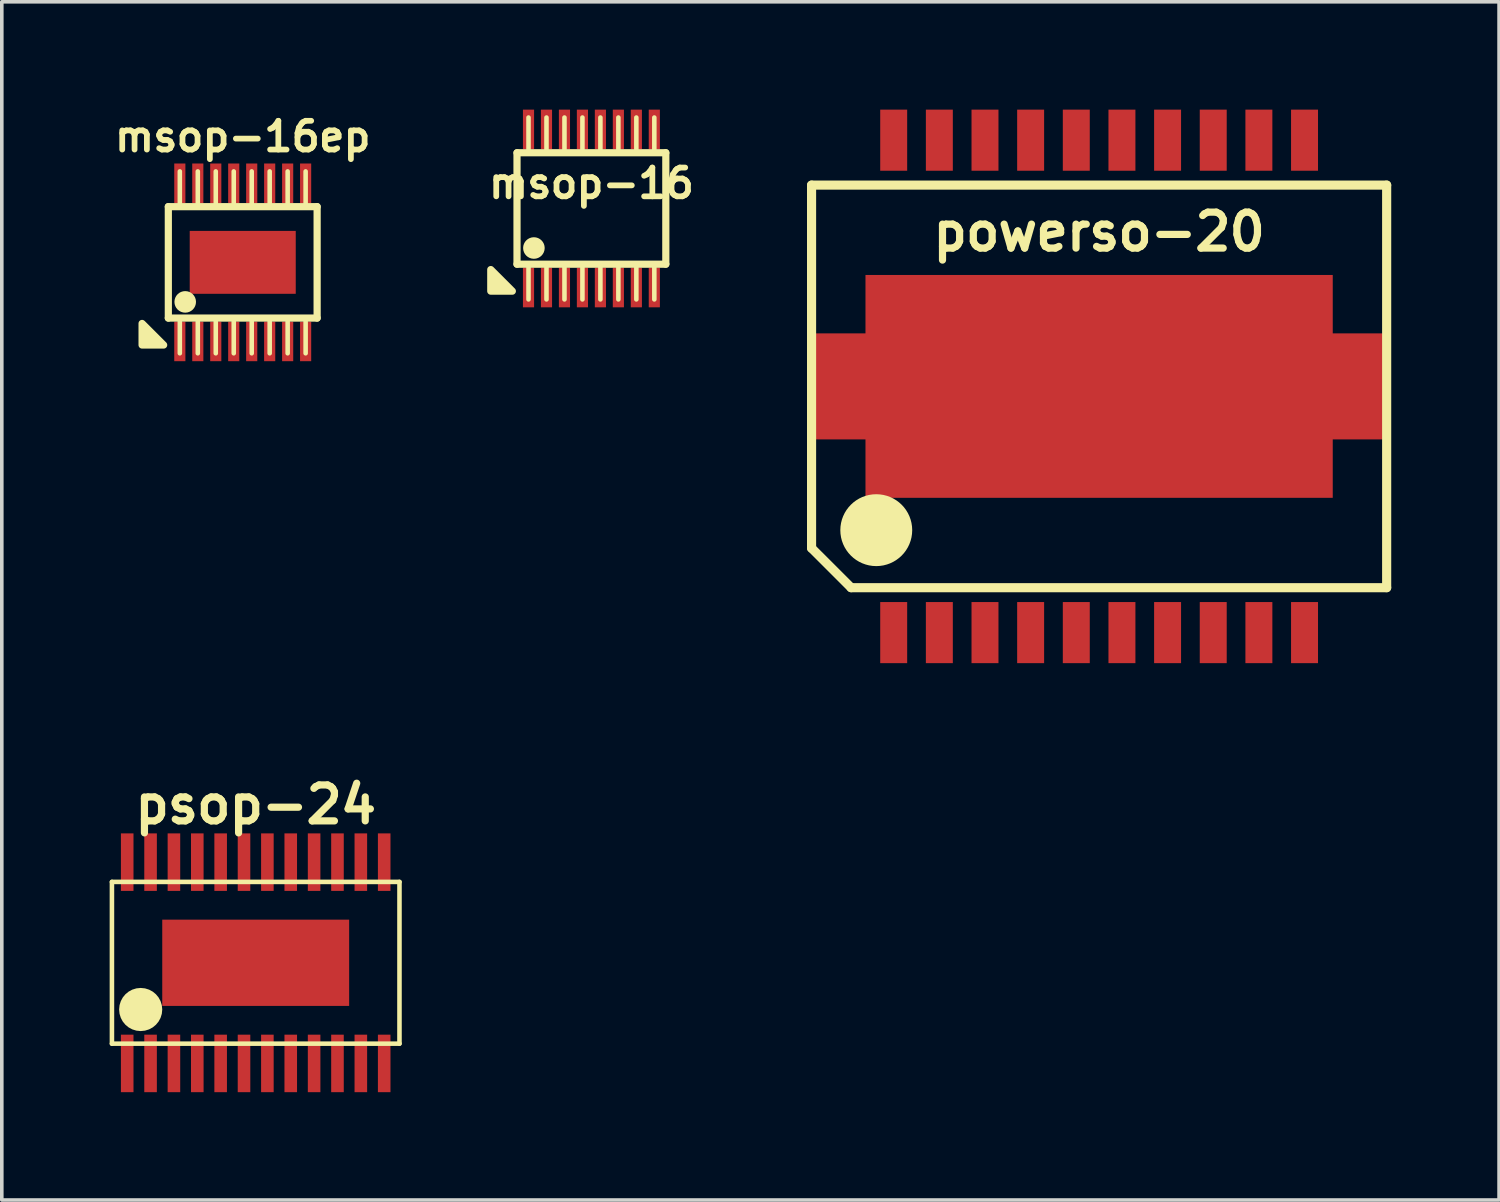
<source format=kicad_pcb>
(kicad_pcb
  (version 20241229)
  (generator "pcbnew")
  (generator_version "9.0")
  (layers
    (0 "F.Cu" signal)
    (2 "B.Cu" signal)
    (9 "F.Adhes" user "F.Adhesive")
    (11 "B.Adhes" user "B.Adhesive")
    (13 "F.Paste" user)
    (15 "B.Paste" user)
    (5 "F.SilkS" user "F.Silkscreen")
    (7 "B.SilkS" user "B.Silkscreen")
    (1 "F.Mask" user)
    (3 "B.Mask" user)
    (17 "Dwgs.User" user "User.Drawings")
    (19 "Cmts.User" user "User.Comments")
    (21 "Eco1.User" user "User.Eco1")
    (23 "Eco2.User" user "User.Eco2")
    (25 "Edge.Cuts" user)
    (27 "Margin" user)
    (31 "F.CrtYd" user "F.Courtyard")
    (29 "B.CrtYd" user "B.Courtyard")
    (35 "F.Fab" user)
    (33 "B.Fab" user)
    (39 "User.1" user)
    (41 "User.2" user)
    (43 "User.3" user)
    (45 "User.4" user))
  (footprint "powerso-20"
    (layer "F.Cu")
    (at 27.529 7.7)
    (property "Reference" "powerso-20" (at 0 -4.3 0) (layer "F.SilkS") (effects (font (size 1 1) (thickness 0.2))))
    (attr smd)
    (fp_line (start -8 -5.6) (end 8 -5.6) (stroke (width 0.254) (type solid)) (layer "F.SilkS"))
    (fp_line (start -8 4.5) (end -8 -5.6) (stroke (width 0.254) (type solid)) (layer "F.SilkS"))
    (fp_line (start -6.9 5.6) (end -8 4.5) (stroke (width 0.254) (type solid)) (layer "F.SilkS"))
    (fp_line (start -6.9 5.6) (end 8 5.6) (stroke (width 0.254) (type solid)) (layer "F.SilkS"))
    (fp_line (start 8 -5.6) (end 8 5.6) (stroke (width 0.254) (type solid)) (layer "F.SilkS"))
    (fp_circle (center -6.2 4) (end -5.7 4) (stroke (width 1) (type solid)) (fill no) (layer "F.SilkS"))
    (pad "" smd rect (at -7.2 0) (size 1.3 2.7) (layers "F.Paste"))
    (pad "" smd rect (at -5.2 -1.5) (size 2.3 2.8) (layers "F.Paste"))
    (pad "" smd rect (at -5.2 1.5) (size 2.3 2.8) (layers "F.Paste"))
    (pad "" smd rect (at -2.6 -1.5) (size 2.3 2.8) (layers "F.Paste"))
    (pad "" smd rect (at -2.6 1.5) (size 2.3 2.8) (layers "F.Paste"))
    (pad "" smd rect (at 0 -1.5) (size 2.3 2.8) (layers "F.Paste"))
    (pad "" smd rect (at 0 1.5) (size 2.3 2.8) (layers "F.Paste"))
    (pad "" smd rect (at 2.6 -1.5) (size 2.3 2.8) (layers "F.Paste"))
    (pad "" smd rect (at 2.6 1.5) (size 2.3 2.8) (layers "F.Paste"))
    (pad "" smd rect (at 5.2 -1.5) (size 2.3 2.8) (layers "F.Paste"))
    (pad "" smd rect (at 5.2 1.5) (size 2.3 2.8) (layers "F.Paste"))
    (pad "" smd rect (at 7.2 0) (size 1.3 2.7) (layers "F.Paste"))
    (pad "1" smd rect (at -5.715 6.85) (size 0.75 1.7) (layers "F.Cu" "F.Mask" "F.Paste"))
    (pad "2" smd rect (at -4.445 6.85) (size 0.75 1.7) (layers "F.Cu" "F.Mask" "F.Paste"))
    (pad "3" smd rect (at -3.175 6.85) (size 0.75 1.7) (layers "F.Cu" "F.Mask" "F.Paste"))
    (pad "4" smd rect (at -1.905 6.85) (size 0.75 1.7) (layers "F.Cu" "F.Mask" "F.Paste"))
    (pad "5" smd rect (at -0.635 6.85) (size 0.75 1.7) (layers "F.Cu" "F.Mask" "F.Paste"))
    (pad "6" smd rect (at 0.635 6.85) (size 0.75 1.7) (layers "F.Cu" "F.Mask" "F.Paste"))
    (pad "7" smd rect (at 1.905 6.85) (size 0.75 1.7) (layers "F.Cu" "F.Mask" "F.Paste"))
    (pad "8" smd rect (at 3.175 6.85) (size 0.75 1.7) (layers "F.Cu" "F.Mask" "F.Paste"))
    (pad "9" smd rect (at 4.445 6.85) (size 0.75 1.7) (layers "F.Cu" "F.Mask" "F.Paste"))
    (pad "10" smd rect (at 5.715 6.85) (size 0.75 1.7) (layers "F.Cu" "F.Mask" "F.Paste"))
    (pad "11" smd rect (at 5.715 -6.85) (size 0.75 1.7) (layers "F.Cu" "F.Mask" "F.Paste"))
    (pad "12" smd rect (at 4.445 -6.85) (size 0.75 1.7) (layers "F.Cu" "F.Mask" "F.Paste"))
    (pad "13" smd rect (at 3.175 -6.85) (size 0.75 1.7) (layers "F.Cu" "F.Mask" "F.Paste"))
    (pad "14" smd rect (at 1.905 -6.85) (size 0.75 1.7) (layers "F.Cu" "F.Mask" "F.Paste"))
    (pad "15" smd rect (at 0.635 -6.85) (size 0.75 1.7) (layers "F.Cu" "F.Mask" "F.Paste"))
    (pad "16" smd rect (at -0.635 -6.85) (size 0.75 1.7) (layers "F.Cu" "F.Mask" "F.Paste"))
    (pad "17" smd rect (at -1.905 -6.85) (size 0.75 1.7) (layers "F.Cu" "F.Mask" "F.Paste"))
    (pad "18" smd rect (at -3.175 -6.85) (size 0.75 1.7) (layers "F.Cu" "F.Mask" "F.Paste"))
    (pad "19" smd rect (at -4.445 -6.85) (size 0.75 1.7) (layers "F.Cu" "F.Mask" "F.Paste"))
    (pad "20" smd rect (at -5.715 -6.85) (size 0.75 1.7) (layers "F.Cu" "F.Mask" "F.Paste"))
    (pad "21" smd rect (at 0 0) (size 13 6.2) (layers "F.Cu" "F.Mask"))
    (pad "21" smd rect (at 0 0) (size 16 2.95) (layers "F.Cu" "F.Mask")))
  (footprint "msop-16ep"
    (layer "F.Cu")
    (at 3.703 4.249)
    (property "Reference" "msop-16ep" (at 0 -3.5 0) (layer "F.SilkS") (effects (font (size 0.8 0.8) (thickness 0.16))))
    (attr smd)
    (fp_line (start -2.07 -1.55) (end -2.07 1.55) (stroke (width 0.2) (type solid)) (layer "F.SilkS"))
    (fp_line (start -2.07 -1.55) (end 2.07 -1.55) (stroke (width 0.2) (type solid)) (layer "F.SilkS"))
    (fp_line (start -2.07 1.55) (end 2.07 1.55) (stroke (width 0.2) (type solid)) (layer "F.SilkS"))
    (fp_line (start -1.75 -2.53) (end -1.75 -1.55) (stroke (width 0.127) (type solid)) (layer "F.SilkS"))
    (fp_line (start -1.75 2.53) (end -1.75 1.55) (stroke (width 0.127) (type solid)) (layer "F.SilkS"))
    (fp_line (start -1.25 -2.53) (end -1.25 -1.55) (stroke (width 0.127) (type solid)) (layer "F.SilkS"))
    (fp_line (start -1.25 2.53) (end -1.25 1.55) (stroke (width 0.127) (type solid)) (layer "F.SilkS"))
    (fp_line (start -0.75 -2.53) (end -0.75 -1.55) (stroke (width 0.127) (type solid)) (layer "F.SilkS"))
    (fp_line (start -0.75 2.53) (end -0.75 1.55) (stroke (width 0.127) (type solid)) (layer "F.SilkS"))
    (fp_line (start -0.25 -2.53) (end -0.25 -1.55) (stroke (width 0.127) (type solid)) (layer "F.SilkS"))
    (fp_line (start -0.25 2.53) (end -0.25 1.55) (stroke (width 0.127) (type solid)) (layer "F.SilkS"))
    (fp_line (start 0.25 -2.53) (end 0.25 -1.55) (stroke (width 0.127) (type solid)) (layer "F.SilkS"))
    (fp_line (start 0.25 2.53) (end 0.25 1.55) (stroke (width 0.127) (type solid)) (layer "F.SilkS"))
    (fp_line (start 0.75 -2.53) (end 0.75 -1.55) (stroke (width 0.127) (type solid)) (layer "F.SilkS"))
    (fp_line (start 0.75 2.53) (end 0.75 1.55) (stroke (width 0.127) (type solid)) (layer "F.SilkS"))
    (fp_line (start 1.25 -2.53) (end 1.25 -1.55) (stroke (width 0.127) (type solid)) (layer "F.SilkS"))
    (fp_line (start 1.25 2.53) (end 1.25 1.55) (stroke (width 0.127) (type solid)) (layer "F.SilkS"))
    (fp_line (start 1.75 -2.53) (end 1.75 -1.55) (stroke (width 0.127) (type solid)) (layer "F.SilkS"))
    (fp_line (start 1.75 2.53) (end 1.75 1.55) (stroke (width 0.127) (type solid)) (layer "F.SilkS"))
    (fp_line (start 2.07 1.55) (end 2.07 -1.55) (stroke (width 0.2) (type solid)) (layer "F.SilkS"))
    (fp_circle (center -1.6 1.1) (end -1.45 1.1) (stroke (width 0.3) (type solid)) (fill no) (layer "F.SilkS"))
    (fp_poly (pts (xy -2.2 2.3) (xy -2.8 2.3) (xy -2.8 1.7)) (stroke (width 0.2) (type solid)) (fill yes) (layer "F.SilkS"))
    (pad "" smd rect (at -0.7 -0.4) (size 1.3 0.7) (layers "F.Paste"))
    (pad "" smd rect (at -0.7 0.4) (size 1.3 0.7) (layers "F.Paste"))
    (pad "" smd rect (at 0.7 -0.4) (size 1.3 0.7) (layers "F.Paste"))
    (pad "" smd rect (at 0.7 0.4) (size 1.3 0.7) (layers "F.Paste"))
    (pad "1" smd rect (at -1.75 2.2) (size 0.31 1.1) (layers "F.Cu" "F.Mask" "F.Paste"))
    (pad "2" smd rect (at -1.25 2.2) (size 0.31 1.1) (layers "F.Cu" "F.Mask" "F.Paste"))
    (pad "3" smd rect (at -0.75 2.2) (size 0.31 1.1) (layers "F.Cu" "F.Mask" "F.Paste"))
    (pad "4" smd rect (at -0.25 2.2) (size 0.31 1.1) (layers "F.Cu" "F.Mask" "F.Paste"))
    (pad "5" smd rect (at 0.25 2.2) (size 0.31 1.1) (layers "F.Cu" "F.Mask" "F.Paste"))
    (pad "6" smd rect (at 0.75 2.2) (size 0.31 1.1) (layers "F.Cu" "F.Mask" "F.Paste"))
    (pad "7" smd rect (at 1.25 2.2) (size 0.31 1.1) (layers "F.Cu" "F.Mask" "F.Paste"))
    (pad "8" smd rect (at 1.75 2.2) (size 0.31 1.1) (layers "F.Cu" "F.Mask" "F.Paste"))
    (pad "9" smd rect (at 1.75 -2.2) (size 0.31 1.1) (layers "F.Cu" "F.Mask" "F.Paste"))
    (pad "10" smd rect (at 1.25 -2.2) (size 0.31 1.1) (layers "F.Cu" "F.Mask" "F.Paste"))
    (pad "11" smd rect (at 0.75 -2.2) (size 0.31 1.1) (layers "F.Cu" "F.Mask" "F.Paste"))
    (pad "12" smd rect (at 0.25 -2.2) (size 0.31 1.1) (layers "F.Cu" "F.Mask" "F.Paste"))
    (pad "13" smd rect (at -0.25 -2.2) (size 0.31 1.1) (layers "F.Cu" "F.Mask" "F.Paste"))
    (pad "14" smd rect (at -0.75 -2.2) (size 0.31 1.1) (layers "F.Cu" "F.Mask" "F.Paste"))
    (pad "15" smd rect (at -1.25 -2.2) (size 0.31 1.1) (layers "F.Cu" "F.Mask" "F.Paste"))
    (pad "16" smd rect (at -1.75 -2.2) (size 0.31 1.1) (layers "F.Cu" "F.Mask" "F.Paste"))
    (pad "17" smd rect (at 0 0) (size 2.95 1.75) (layers "F.Cu" "F.Mask")))
  (footprint "msop-16"
    (layer "F.Cu")
    (at 13.404 2.75)
    (property "Reference" "msop-16" (at 0 -0.7 0) (layer "F.SilkS") (effects (font (size 0.8 0.8) (thickness 0.16))))
    (attr smd)
    (fp_line (start -2.07 -1.55) (end -2.07 1.55) (stroke (width 0.2) (type solid)) (layer "F.SilkS"))
    (fp_line (start -2.07 -1.55) (end 2.07 -1.55) (stroke (width 0.2) (type solid)) (layer "F.SilkS"))
    (fp_line (start -2.07 1.55) (end 2.07 1.55) (stroke (width 0.2) (type solid)) (layer "F.SilkS"))
    (fp_line (start -1.75 -2.53) (end -1.75 -1.55) (stroke (width 0.127) (type solid)) (layer "F.SilkS"))
    (fp_line (start -1.75 2.53) (end -1.75 1.55) (stroke (width 0.127) (type solid)) (layer "F.SilkS"))
    (fp_line (start -1.25 -2.53) (end -1.25 -1.55) (stroke (width 0.127) (type solid)) (layer "F.SilkS"))
    (fp_line (start -1.25 2.53) (end -1.25 1.55) (stroke (width 0.127) (type solid)) (layer "F.SilkS"))
    (fp_line (start -0.75 -2.53) (end -0.75 -1.55) (stroke (width 0.127) (type solid)) (layer "F.SilkS"))
    (fp_line (start -0.75 2.53) (end -0.75 1.55) (stroke (width 0.127) (type solid)) (layer "F.SilkS"))
    (fp_line (start -0.25 -2.53) (end -0.25 -1.55) (stroke (width 0.127) (type solid)) (layer "F.SilkS"))
    (fp_line (start -0.25 2.53) (end -0.25 1.55) (stroke (width 0.127) (type solid)) (layer "F.SilkS"))
    (fp_line (start 0.25 -2.53) (end 0.25 -1.55) (stroke (width 0.127) (type solid)) (layer "F.SilkS"))
    (fp_line (start 0.25 2.53) (end 0.25 1.55) (stroke (width 0.127) (type solid)) (layer "F.SilkS"))
    (fp_line (start 0.75 -2.53) (end 0.75 -1.55) (stroke (width 0.127) (type solid)) (layer "F.SilkS"))
    (fp_line (start 0.75 2.53) (end 0.75 1.55) (stroke (width 0.127) (type solid)) (layer "F.SilkS"))
    (fp_line (start 1.25 -2.53) (end 1.25 -1.55) (stroke (width 0.127) (type solid)) (layer "F.SilkS"))
    (fp_line (start 1.25 2.53) (end 1.25 1.55) (stroke (width 0.127) (type solid)) (layer "F.SilkS"))
    (fp_line (start 1.75 -2.53) (end 1.75 -1.55) (stroke (width 0.127) (type solid)) (layer "F.SilkS"))
    (fp_line (start 1.75 2.53) (end 1.75 1.55) (stroke (width 0.127) (type solid)) (layer "F.SilkS"))
    (fp_line (start 2.07 1.55) (end 2.07 -1.55) (stroke (width 0.2) (type solid)) (layer "F.SilkS"))
    (fp_circle (center -1.6 1.1) (end -1.45 1.1) (stroke (width 0.3) (type solid)) (fill no) (layer "F.SilkS"))
    (fp_poly (pts (xy -2.2 2.3) (xy -2.8 2.3) (xy -2.8 1.7)) (stroke (width 0.2) (type solid)) (fill yes) (layer "F.SilkS"))
    (pad "1" smd rect (at -1.75 2.2) (size 0.31 1.1) (layers "F.Cu" "F.Mask" "F.Paste"))
    (pad "2" smd rect (at -1.25 2.2) (size 0.31 1.1) (layers "F.Cu" "F.Mask" "F.Paste"))
    (pad "3" smd rect (at -0.75 2.2) (size 0.31 1.1) (layers "F.Cu" "F.Mask" "F.Paste"))
    (pad "4" smd rect (at -0.25 2.2) (size 0.31 1.1) (layers "F.Cu" "F.Mask" "F.Paste"))
    (pad "5" smd rect (at 0.25 2.2) (size 0.31 1.1) (layers "F.Cu" "F.Mask" "F.Paste"))
    (pad "6" smd rect (at 0.75 2.2) (size 0.31 1.1) (layers "F.Cu" "F.Mask" "F.Paste"))
    (pad "7" smd rect (at 1.25 2.2) (size 0.31 1.1) (layers "F.Cu" "F.Mask" "F.Paste"))
    (pad "8" smd rect (at 1.75 2.2) (size 0.31 1.1) (layers "F.Cu" "F.Mask" "F.Paste"))
    (pad "9" smd rect (at 1.75 -2.2) (size 0.31 1.1) (layers "F.Cu" "F.Mask" "F.Paste"))
    (pad "10" smd rect (at 1.25 -2.2) (size 0.31 1.1) (layers "F.Cu" "F.Mask" "F.Paste"))
    (pad "11" smd rect (at 0.75 -2.2) (size 0.31 1.1) (layers "F.Cu" "F.Mask" "F.Paste"))
    (pad "12" smd rect (at 0.25 -2.2) (size 0.31 1.1) (layers "F.Cu" "F.Mask" "F.Paste"))
    (pad "13" smd rect (at -0.25 -2.2) (size 0.31 1.1) (layers "F.Cu" "F.Mask" "F.Paste"))
    (pad "14" smd rect (at -0.75 -2.2) (size 0.31 1.1) (layers "F.Cu" "F.Mask" "F.Paste"))
    (pad "15" smd rect (at -1.25 -2.2) (size 0.31 1.1) (layers "F.Cu" "F.Mask" "F.Paste"))
    (pad "16" smd rect (at -1.75 -2.2) (size 0.31 1.1) (layers "F.Cu" "F.Mask" "F.Paste")))
  (footprint "psop-24"
    (layer "F.Cu")
    (at 4.064 23.736)
    (property "Reference" "psop-24" (at 0 -4.4 0) (layer "F.SilkS") (effects (font (size 1 1) (thickness 0.2))))
    (attr smd)
    (fp_line (start -4 -2.25) (end -4 2.25) (stroke (width 0.127) (type solid)) (layer "F.SilkS"))
    (fp_line (start -4 2.25) (end 4 2.25) (stroke (width 0.127) (type solid)) (layer "F.SilkS"))
    (fp_line (start 4 -2.25) (end -4 -2.25) (stroke (width 0.127) (type solid)) (layer "F.SilkS"))
    (fp_line (start 4 2.25) (end 4 -2.25) (stroke (width 0.127) (type solid)) (layer "F.SilkS"))
    (fp_circle (center -3.2 1.3) (end -2.9 1.3) (stroke (width 0.6) (type solid)) (fill no) (layer "F.SilkS"))
    (pad "" smd rect (at -1.7 -0.6) (size 1.55 1.05) (layers "F.Paste"))
    (pad "" smd rect (at -1.7 0.6) (size 1.55 1.05) (layers "F.Paste"))
    (pad "" smd rect (at 0 -0.6) (size 1.55 1.05) (layers "F.Paste"))
    (pad "" smd rect (at 0 0.6) (size 1.55 1.05) (layers "F.Paste"))
    (pad "" smd rect (at 1.7 -0.6) (size 1.55 1.05) (layers "F.Paste"))
    (pad "" smd rect (at 1.7 0.6) (size 1.55 1.05) (layers "F.Paste"))
    (pad "1" smd rect (at -3.575 2.8) (size 0.35 1.6) (layers "F.Cu" "F.Mask" "F.Paste"))
    (pad "2" smd rect (at -2.925 2.8) (size 0.35 1.6) (layers "F.Cu" "F.Mask" "F.Paste"))
    (pad "3" smd rect (at -2.275 2.8) (size 0.35 1.6) (layers "F.Cu" "F.Mask" "F.Paste"))
    (pad "4" smd rect (at -1.625 2.8) (size 0.35 1.6) (layers "F.Cu" "F.Mask" "F.Paste"))
    (pad "5" smd rect (at -0.975 2.8) (size 0.35 1.6) (layers "F.Cu" "F.Mask" "F.Paste"))
    (pad "6" smd rect (at -0.325 2.8) (size 0.35 1.6) (layers "F.Cu" "F.Mask" "F.Paste"))
    (pad "7" smd rect (at 0.325 2.8) (size 0.35 1.6) (layers "F.Cu" "F.Mask" "F.Paste"))
    (pad "8" smd rect (at 0.975 2.8) (size 0.35 1.6) (layers "F.Cu" "F.Mask" "F.Paste"))
    (pad "9" smd rect (at 1.625 2.8) (size 0.35 1.6) (layers "F.Cu" "F.Mask" "F.Paste"))
    (pad "10" smd rect (at 2.275 2.8) (size 0.35 1.6) (layers "F.Cu" "F.Mask" "F.Paste"))
    (pad "11" smd rect (at 2.925 2.8) (size 0.35 1.6) (layers "F.Cu" "F.Mask" "F.Paste"))
    (pad "12" smd rect (at 3.575 2.8) (size 0.35 1.6) (layers "F.Cu" "F.Mask" "F.Paste"))
    (pad "13" smd rect (at 3.575 -2.8) (size 0.35 1.6) (layers "F.Cu" "F.Mask" "F.Paste"))
    (pad "14" smd rect (at 2.925 -2.8) (size 0.35 1.6) (layers "F.Cu" "F.Mask" "F.Paste"))
    (pad "15" smd rect (at 2.275 -2.8) (size 0.35 1.6) (layers "F.Cu" "F.Mask" "F.Paste"))
    (pad "16" smd rect (at 1.625 -2.8) (size 0.35 1.6) (layers "F.Cu" "F.Mask" "F.Paste"))
    (pad "17" smd rect (at 0.975 -2.8) (size 0.35 1.6) (layers "F.Cu" "F.Mask" "F.Paste"))
    (pad "18" smd rect (at 0.325 -2.8) (size 0.35 1.6) (layers "F.Cu" "F.Mask" "F.Paste"))
    (pad "19" smd rect (at -0.325 -2.8) (size 0.35 1.6) (layers "F.Cu" "F.Mask" "F.Paste"))
    (pad "20" smd rect (at -0.975 -2.8) (size 0.35 1.6) (layers "F.Cu" "F.Mask" "F.Paste"))
    (pad "21" smd rect (at -1.625 -2.8) (size 0.35 1.6) (layers "F.Cu" "F.Mask" "F.Paste"))
    (pad "22" smd rect (at -2.275 -2.8) (size 0.35 1.6) (layers "F.Cu" "F.Mask" "F.Paste"))
    (pad "23" smd rect (at -2.925 -2.8) (size 0.35 1.6) (layers "F.Cu" "F.Mask" "F.Paste"))
    (pad "24" smd rect (at -3.575 -2.8) (size 0.35 1.6) (layers "F.Cu" "F.Mask" "F.Paste"))
    (pad "25" smd rect (at 0 0) (size 5.2 2.4) (layers "F.Cu" "F.Mask")))
  (gr_rect
    (start -3 -3)
    (end 38.656 30.336)
    (stroke (width 0.1) (type default))
    (fill no)
    (layer "Edge.Cuts")))
</source>
